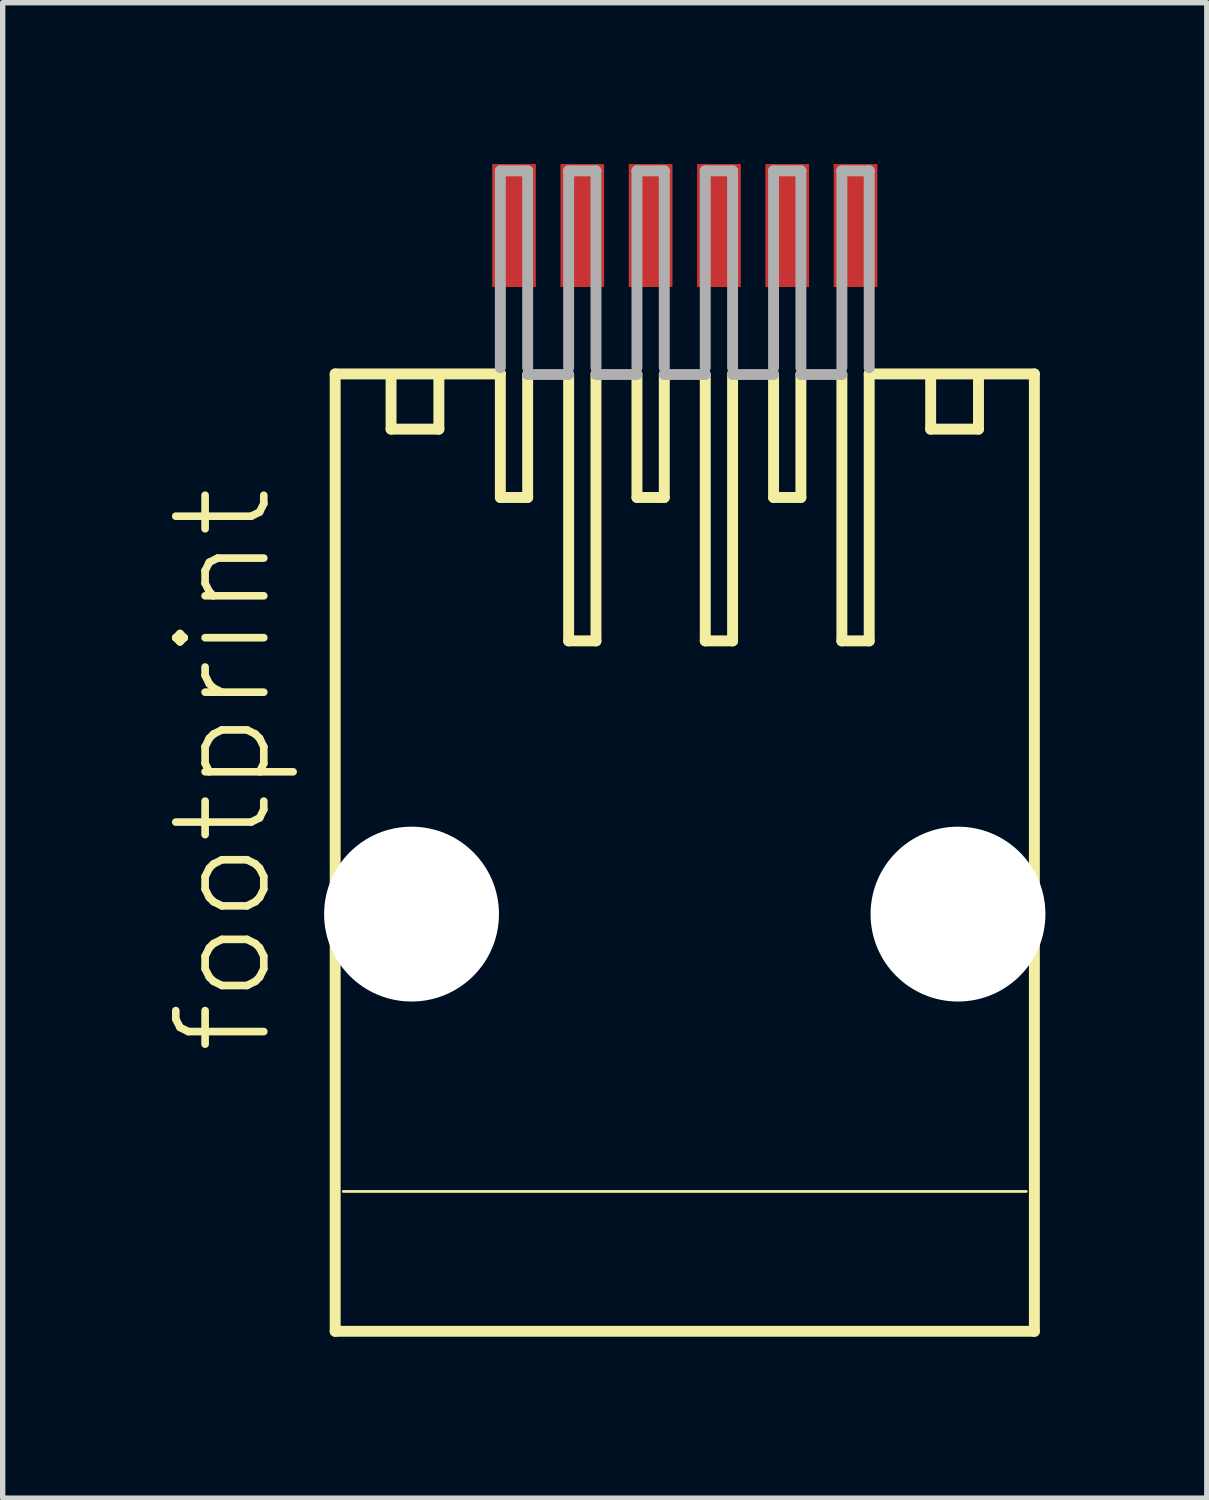
<source format=kicad_pcb>
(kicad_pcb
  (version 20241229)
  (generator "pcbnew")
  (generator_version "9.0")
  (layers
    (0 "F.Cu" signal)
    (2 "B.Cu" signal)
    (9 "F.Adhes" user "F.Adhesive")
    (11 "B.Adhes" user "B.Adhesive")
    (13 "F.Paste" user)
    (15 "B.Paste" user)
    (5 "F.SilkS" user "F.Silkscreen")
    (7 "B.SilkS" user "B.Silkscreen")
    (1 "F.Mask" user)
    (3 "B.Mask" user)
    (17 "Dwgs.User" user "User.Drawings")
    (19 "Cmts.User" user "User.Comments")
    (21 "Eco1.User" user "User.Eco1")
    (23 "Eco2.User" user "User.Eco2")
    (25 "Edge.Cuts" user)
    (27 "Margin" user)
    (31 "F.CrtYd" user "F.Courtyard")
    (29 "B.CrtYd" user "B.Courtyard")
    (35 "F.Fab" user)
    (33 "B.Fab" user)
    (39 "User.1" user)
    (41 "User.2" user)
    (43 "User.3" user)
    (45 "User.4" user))
  (footprint "footprint"
    (layer "F.Cu")
    (at 9.682 13.946)
    (property "Reference" "footprint" (at -7.62 2.667 90) (layer "F.SilkS") (effects (font (size 1.636 1.636) (thickness 0.142)) (justify left bottom)))
    (fp_line (start -6.5 -10.043) (end -3.429 -10.043) (stroke (width 0.203) (type solid)) (layer "F.SilkS"))
    (fp_line (start -6.5 7.757) (end -6.5 -10.043) (stroke (width 0.203) (type solid)) (layer "F.SilkS"))
    (fp_line (start -6.35 5.156) (end 6.35 5.156) (stroke (width 0.051) (type solid)) (layer "F.SilkS"))
    (fp_line (start -5.461 -10.033) (end -5.461 -9.017) (stroke (width 0.203) (type solid)) (layer "F.SilkS"))
    (fp_line (start -5.461 -9.017) (end -4.572 -9.017) (stroke (width 0.203) (type solid)) (layer "F.SilkS"))
    (fp_line (start -4.572 -9.017) (end -4.572 -10.033) (stroke (width 0.203) (type solid)) (layer "F.SilkS"))
    (fp_line (start -3.429 -10.043) (end -3.429 -7.747) (stroke (width 0.203) (type solid)) (layer "F.SilkS"))
    (fp_line (start -2.921 -10.033) (end -2.921 -7.747) (stroke (width 0.203) (type solid)) (layer "F.SilkS"))
    (fp_line (start -2.921 -7.747) (end -3.429 -7.747) (stroke (width 0.203) (type solid)) (layer "F.SilkS"))
    (fp_line (start -2.159 -5.08) (end -2.159 -10.033) (stroke (width 0.203) (type solid)) (layer "F.SilkS"))
    (fp_line (start -1.651 -5.08) (end -2.159 -5.08) (stroke (width 0.203) (type solid)) (layer "F.SilkS"))
    (fp_line (start -1.651 -5.08) (end -1.651 -10.043) (stroke (width 0.203) (type solid)) (layer "F.SilkS"))
    (fp_line (start -0.889 -10.033) (end -0.889 -7.747) (stroke (width 0.203) (type solid)) (layer "F.SilkS"))
    (fp_line (start -0.381 -10.033) (end -0.381 -7.747) (stroke (width 0.203) (type solid)) (layer "F.SilkS"))
    (fp_line (start -0.381 -7.747) (end -0.889 -7.747) (stroke (width 0.203) (type solid)) (layer "F.SilkS"))
    (fp_line (start 0.381 -5.08) (end 0.381 -10.033) (stroke (width 0.203) (type solid)) (layer "F.SilkS"))
    (fp_line (start 0.889 -5.08) (end 0.381 -5.08) (stroke (width 0.203) (type solid)) (layer "F.SilkS"))
    (fp_line (start 0.889 -5.08) (end 0.889 -10.043) (stroke (width 0.203) (type solid)) (layer "F.SilkS"))
    (fp_line (start 1.651 -10.033) (end 1.651 -7.747) (stroke (width 0.203) (type solid)) (layer "F.SilkS"))
    (fp_line (start 2.159 -10.033) (end 2.159 -7.747) (stroke (width 0.203) (type solid)) (layer "F.SilkS"))
    (fp_line (start 2.159 -7.747) (end 1.651 -7.747) (stroke (width 0.203) (type solid)) (layer "F.SilkS"))
    (fp_line (start 2.921 -5.08) (end 2.921 -10.033) (stroke (width 0.203) (type solid)) (layer "F.SilkS"))
    (fp_line (start 3.429 -10.043) (end 6.5 -10.043) (stroke (width 0.203) (type solid)) (layer "F.SilkS"))
    (fp_line (start 3.429 -5.08) (end 2.921 -5.08) (stroke (width 0.203) (type solid)) (layer "F.SilkS"))
    (fp_line (start 3.429 -5.08) (end 3.429 -10.043) (stroke (width 0.203) (type solid)) (layer "F.SilkS"))
    (fp_line (start 4.572 -9.017) (end 4.572 -10.033) (stroke (width 0.203) (type solid)) (layer "F.SilkS"))
    (fp_line (start 5.461 -10.033) (end 5.461 -9.017) (stroke (width 0.203) (type solid)) (layer "F.SilkS"))
    (fp_line (start 5.461 -9.017) (end 4.572 -9.017) (stroke (width 0.203) (type solid)) (layer "F.SilkS"))
    (fp_line (start 6.5 -10.043) (end 6.5 7.757) (stroke (width 0.203) (type solid)) (layer "F.SilkS"))
    (fp_line (start 6.5 7.757) (end -6.5 7.757) (stroke (width 0.203) (type solid)) (layer "F.SilkS"))
    (fp_line (start -3.429 -13.819) (end -3.429 -10.16) (stroke (width 0.203) (type solid)) (layer "F.Fab"))
    (fp_line (start -2.921 -13.819) (end -3.429 -13.819) (stroke (width 0.203) (type solid)) (layer "F.Fab"))
    (fp_line (start -2.921 -10.16) (end -2.921 -13.819) (stroke (width 0.203) (type solid)) (layer "F.Fab"))
    (fp_line (start -2.921 -10.033) (end -2.159 -10.033) (stroke (width 0.203) (type solid)) (layer "F.Fab"))
    (fp_line (start -2.159 -13.819) (end -2.159 -10.16) (stroke (width 0.203) (type solid)) (layer "F.Fab"))
    (fp_line (start -1.651 -13.819) (end -2.159 -13.819) (stroke (width 0.203) (type solid)) (layer "F.Fab"))
    (fp_line (start -1.651 -10.16) (end -1.651 -13.819) (stroke (width 0.203) (type solid)) (layer "F.Fab"))
    (fp_line (start -1.651 -10.033) (end -0.889 -10.033) (stroke (width 0.203) (type solid)) (layer "F.Fab"))
    (fp_line (start -0.889 -13.819) (end -0.889 -10.16) (stroke (width 0.203) (type solid)) (layer "F.Fab"))
    (fp_line (start -0.381 -13.819) (end -0.889 -13.819) (stroke (width 0.203) (type solid)) (layer "F.Fab"))
    (fp_line (start -0.381 -10.16) (end -0.381 -13.819) (stroke (width 0.203) (type solid)) (layer "F.Fab"))
    (fp_line (start -0.381 -10.033) (end 0.381 -10.033) (stroke (width 0.203) (type solid)) (layer "F.Fab"))
    (fp_line (start 0.381 -13.819) (end 0.381 -10.16) (stroke (width 0.203) (type solid)) (layer "F.Fab"))
    (fp_line (start 0.889 -13.819) (end 0.381 -13.819) (stroke (width 0.203) (type solid)) (layer "F.Fab"))
    (fp_line (start 0.889 -10.16) (end 0.889 -13.819) (stroke (width 0.203) (type solid)) (layer "F.Fab"))
    (fp_line (start 0.889 -10.033) (end 1.651 -10.033) (stroke (width 0.203) (type solid)) (layer "F.Fab"))
    (fp_line (start 1.651 -13.819) (end 1.651 -10.16) (stroke (width 0.203) (type solid)) (layer "F.Fab"))
    (fp_line (start 2.159 -13.819) (end 1.651 -13.819) (stroke (width 0.203) (type solid)) (layer "F.Fab"))
    (fp_line (start 2.159 -10.16) (end 2.159 -13.819) (stroke (width 0.203) (type solid)) (layer "F.Fab"))
    (fp_line (start 2.159 -10.033) (end 2.921 -10.033) (stroke (width 0.203) (type solid)) (layer "F.Fab"))
    (fp_line (start 2.921 -13.819) (end 2.921 -10.16) (stroke (width 0.203) (type solid)) (layer "F.Fab"))
    (fp_line (start 3.429 -13.819) (end 2.921 -13.819) (stroke (width 0.203) (type solid)) (layer "F.Fab"))
    (fp_line (start 3.429 -10.16) (end 3.429 -13.819) (stroke (width 0.203) (type solid)) (layer "F.Fab"))
    (pad "" np_thru_hole circle (at -5.08 0) (size 3.251 3.251) (drill 3.251) (layers "*.Cu" "*.Mask"))
    (pad "" np_thru_hole circle (at 5.08 0) (size 3.251 3.251) (drill 3.251) (layers "*.Cu" "*.Mask"))
    (pad "1" smd rect (at -3.175 -12.803) (size 0.813 2.286) (layers "F.Cu" "F.Mask" "F.Paste"))
    (pad "2" smd rect (at -1.905 -12.803) (size 0.813 2.286) (layers "F.Cu" "F.Mask" "F.Paste"))
    (pad "3" smd rect (at -0.635 -12.803) (size 0.813 2.286) (layers "F.Cu" "F.Mask" "F.Paste"))
    (pad "4" smd rect (at 0.635 -12.803) (size 0.813 2.286) (layers "F.Cu" "F.Mask" "F.Paste"))
    (pad "5" smd rect (at 1.905 -12.803) (size 0.813 2.286) (layers "F.Cu" "F.Mask" "F.Paste"))
    (pad "6" smd rect (at 3.175 -12.803) (size 0.813 2.286) (layers "F.Cu" "F.Mask" "F.Paste")))
  (gr_rect
    (start -3 -3)
    (end 19.388 24.805)
    (stroke (width 0.1) (type default))
    (fill no)
    (layer "Edge.Cuts")))
</source>
